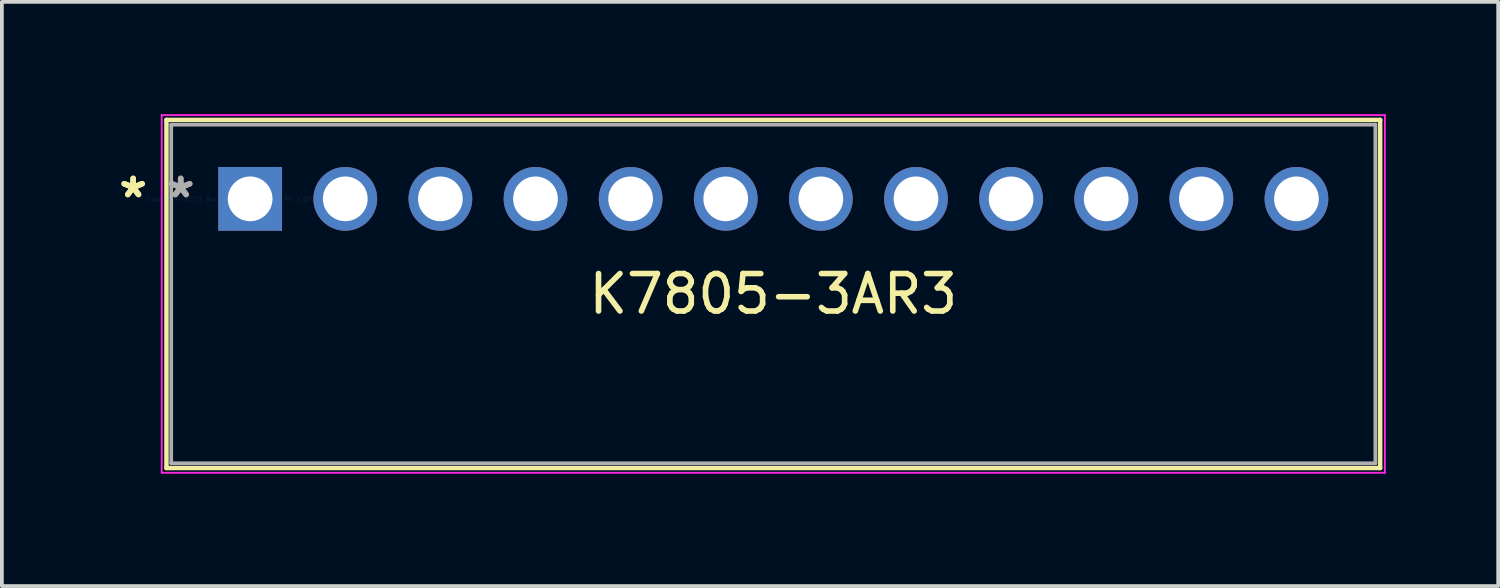
<source format=kicad_pcb>
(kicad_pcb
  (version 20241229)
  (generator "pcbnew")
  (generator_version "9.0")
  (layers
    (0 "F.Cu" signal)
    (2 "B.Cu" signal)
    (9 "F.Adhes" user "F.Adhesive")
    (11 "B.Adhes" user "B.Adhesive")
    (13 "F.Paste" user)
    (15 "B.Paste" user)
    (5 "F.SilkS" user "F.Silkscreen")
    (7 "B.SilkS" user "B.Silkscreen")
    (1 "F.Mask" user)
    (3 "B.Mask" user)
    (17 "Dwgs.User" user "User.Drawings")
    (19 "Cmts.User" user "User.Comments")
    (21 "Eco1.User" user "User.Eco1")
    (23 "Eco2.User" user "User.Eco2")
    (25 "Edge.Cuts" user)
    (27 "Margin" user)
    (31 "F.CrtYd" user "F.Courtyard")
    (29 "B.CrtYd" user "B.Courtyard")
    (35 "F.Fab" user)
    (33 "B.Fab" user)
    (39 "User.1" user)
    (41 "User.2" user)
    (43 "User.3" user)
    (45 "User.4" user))
  (footprint "K7805-3AR3"
    (layer "F.Cu")
    (at 3.63 2.26)
    (property "Reference" "K7805-3AR3" (at 13.97 2.54 0) (layer "F.SilkS") (effects (font (size 1 1) (thickness 0.15))))
    (attr through_hole)
    (fp_line (start -2.235 -2.108) (end -2.235 7.188) (stroke (width 0.12) (type solid)) (layer "F.SilkS"))
    (fp_line (start -2.235 7.188) (end 30.175 7.188) (stroke (width 0.12) (type solid)) (layer "F.SilkS"))
    (fp_line (start 30.175 -2.108) (end -2.235 -2.108) (stroke (width 0.12) (type solid)) (layer "F.SilkS"))
    (fp_line (start 30.175 7.188) (end 30.175 -2.108) (stroke (width 0.12) (type solid)) (layer "F.SilkS"))
    (fp_line (start -2.362 -2.235) (end 30.302 -2.235) (stroke (width 0.05) (type solid)) (layer "F.CrtYd"))
    (fp_line (start -2.362 7.315) (end -2.362 -2.235) (stroke (width 0.05) (type solid)) (layer "F.CrtYd"))
    (fp_line (start 30.302 -2.235) (end 30.302 7.315) (stroke (width 0.05) (type solid)) (layer "F.CrtYd"))
    (fp_line (start 30.302 7.315) (end -2.362 7.315) (stroke (width 0.05) (type solid)) (layer "F.CrtYd"))
    (fp_line (start -2.108 -1.981) (end -2.108 7.061) (stroke (width 0.1) (type solid)) (layer "F.Fab"))
    (fp_line (start -2.108 7.061) (end 30.048 7.061) (stroke (width 0.1) (type solid)) (layer "F.Fab"))
    (fp_line (start 30.048 -1.981) (end -2.108 -1.981) (stroke (width 0.1) (type solid)) (layer "F.Fab"))
    (fp_line (start 30.048 7.061) (end 30.048 -1.981) (stroke (width 0.1) (type solid)) (layer "F.Fab"))
    (fp_text user "*" (at -3.124 0 0) (layer "F.SilkS") (effects (font (size 1 1) (thickness 0.15))))
    (fp_text user "*" (at -3.124 0 0) (layer "F.SilkS") (effects (font (size 1 1) (thickness 0.15))))
    (fp_text user "Copyright 2021 Accelerated Designs. All rights reserved." (at 0 0 0) (layer "Cmts.User") (effects (font (size 0.127 0.127) (thickness 0.002))))
    (fp_text user "*" (at -1.854 0 0) (layer "F.Fab") (effects (font (size 1 1) (thickness 0.15))))
    (fp_text user "*" (at -1.854 0 0) (layer "F.Fab") (effects (font (size 1 1) (thickness 0.15))))
    (pad "1" thru_hole rect (at 0 0) (size 1.702 1.702) (drill 1.194) (layers "*.Cu" "*.Mask"))
    (pad "2" thru_hole circle (at 2.54 0) (size 1.702 1.702) (drill 1.194) (layers "*.Cu" "*.Mask"))
    (pad "3" thru_hole circle (at 5.08 0) (size 1.702 1.702) (drill 1.194) (layers "*.Cu" "*.Mask"))
    (pad "4" thru_hole circle (at 7.62 0) (size 1.702 1.702) (drill 1.194) (layers "*.Cu" "*.Mask"))
    (pad "5" thru_hole circle (at 10.16 0) (size 1.702 1.702) (drill 1.194) (layers "*.Cu" "*.Mask"))
    (pad "6" thru_hole circle (at 12.7 0) (size 1.702 1.702) (drill 1.194) (layers "*.Cu" "*.Mask"))
    (pad "7" thru_hole circle (at 15.24 0) (size 1.702 1.702) (drill 1.194) (layers "*.Cu" "*.Mask"))
    (pad "8" thru_hole circle (at 17.78 0) (size 1.702 1.702) (drill 1.194) (layers "*.Cu" "*.Mask"))
    (pad "9" thru_hole circle (at 20.32 0) (size 1.702 1.702) (drill 1.194) (layers "*.Cu" "*.Mask"))
    (pad "10" thru_hole circle (at 22.86 0) (size 1.702 1.702) (drill 1.194) (layers "*.Cu" "*.Mask"))
    (pad "11" thru_hole circle (at 25.4 0) (size 1.702 1.702) (drill 1.194) (layers "*.Cu" "*.Mask"))
    (pad "12" thru_hole circle (at 27.94 0) (size 1.702 1.702) (drill 1.194) (layers "*.Cu" "*.Mask")))
  (gr_rect
    (start -3 -3)
    (end 36.957 12.6)
    (stroke (width 0.1) (type default))
    (fill no)
    (layer "Edge.Cuts")))
</source>
